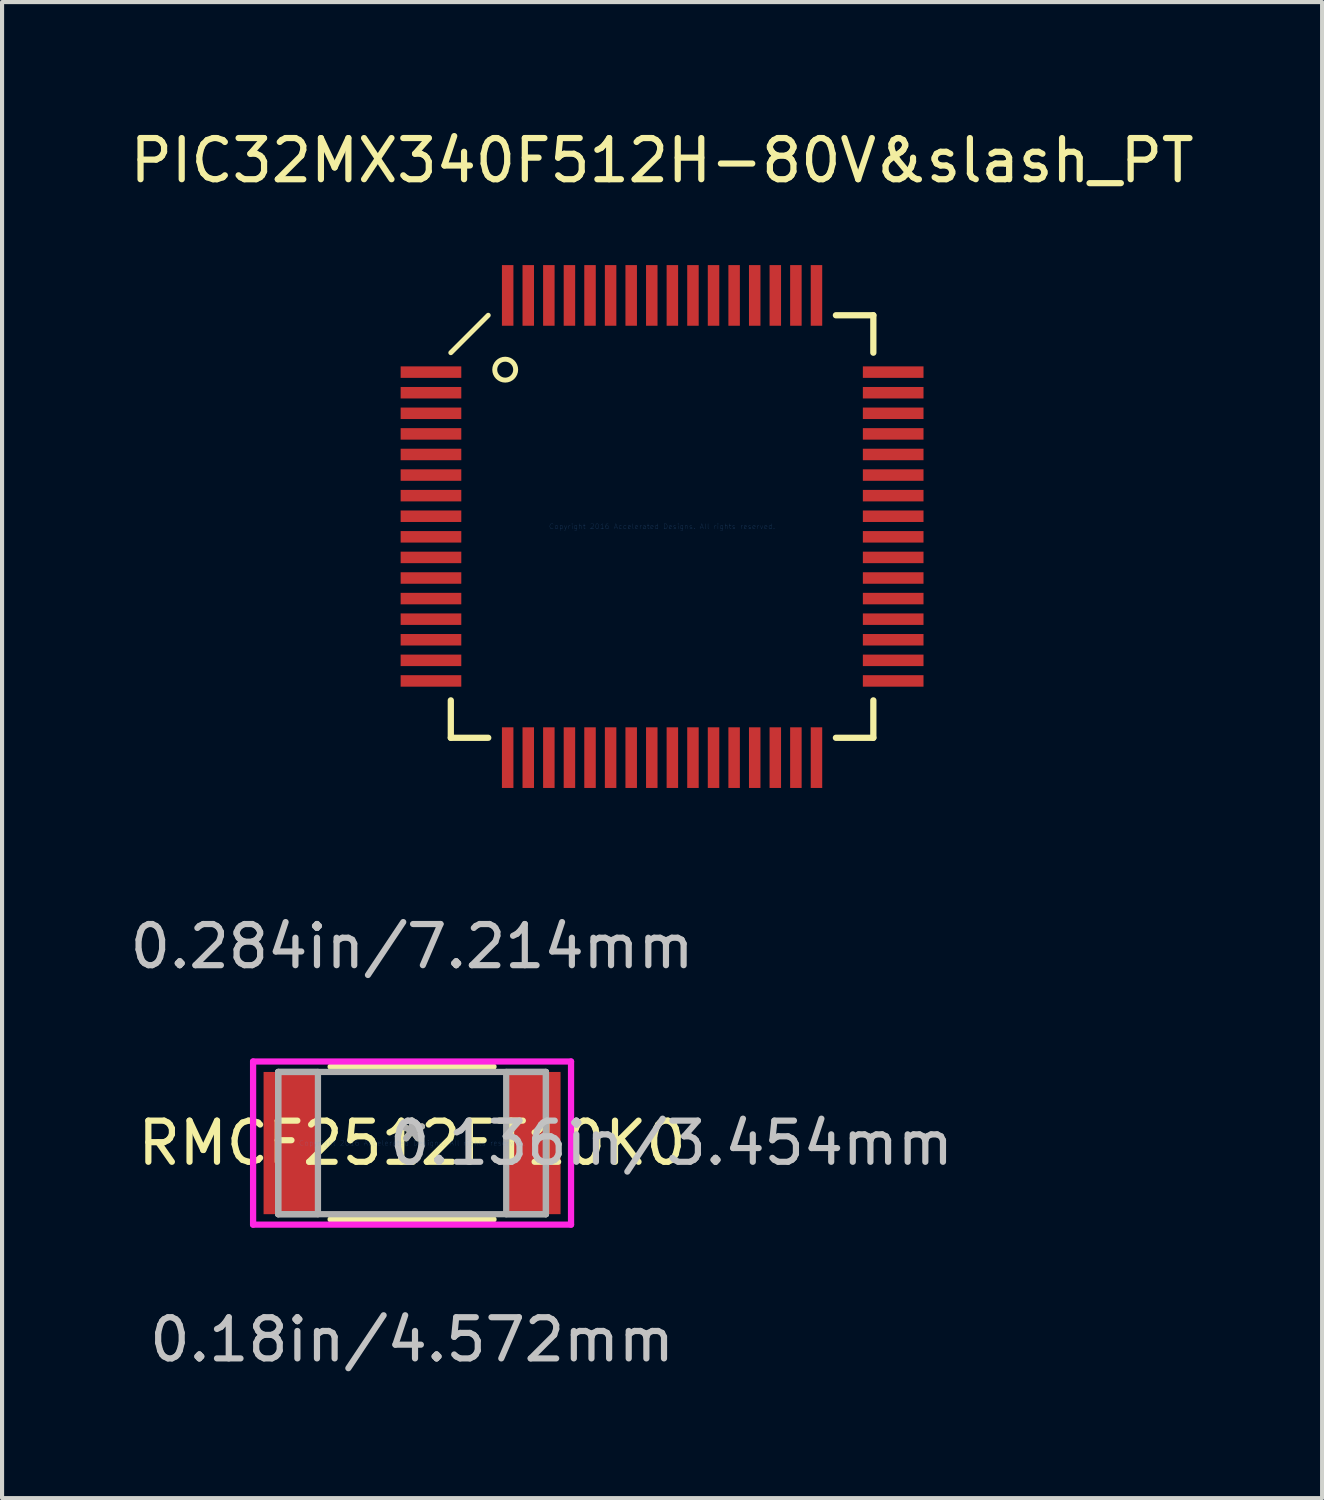
<source format=kicad_pcb>
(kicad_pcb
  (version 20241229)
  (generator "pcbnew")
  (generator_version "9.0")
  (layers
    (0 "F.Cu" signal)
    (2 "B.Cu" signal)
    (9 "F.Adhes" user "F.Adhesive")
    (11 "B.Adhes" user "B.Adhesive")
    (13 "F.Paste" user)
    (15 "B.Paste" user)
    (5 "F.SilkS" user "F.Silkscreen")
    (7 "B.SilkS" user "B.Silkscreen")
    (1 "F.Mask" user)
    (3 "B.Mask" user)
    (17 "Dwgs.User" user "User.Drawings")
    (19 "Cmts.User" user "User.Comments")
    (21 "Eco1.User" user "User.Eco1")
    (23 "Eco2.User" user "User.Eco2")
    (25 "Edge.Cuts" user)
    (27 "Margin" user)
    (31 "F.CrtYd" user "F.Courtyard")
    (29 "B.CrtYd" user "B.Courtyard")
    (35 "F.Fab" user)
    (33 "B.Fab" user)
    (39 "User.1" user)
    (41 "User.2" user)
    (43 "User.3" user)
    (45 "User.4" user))
  (footprint "PIC32MX340F512H-80V&slash_PT"
    (layer "F.Cu")
    (at 13.03 9.738)
    (property "Reference" "PIC32MX340F512H-80V&slash_PT" (at 0 -8.89 0) (layer "F.SilkS") (effects (font (size 1 1) (thickness 0.15))))
    (attr through_hole)
    (fp_line (start -5.131 -4.222) (end -4.222 -5.131) (stroke (width 0.12) (type solid)) (layer "F.SilkS"))
    (fp_line (start -5.131 4.222) (end -5.131 5.131) (stroke (width 0.152) (type solid)) (layer "F.SilkS"))
    (fp_line (start -5.131 5.131) (end -4.222 5.131) (stroke (width 0.152) (type solid)) (layer "F.SilkS"))
    (fp_line (start 4.222 5.131) (end 5.131 5.131) (stroke (width 0.152) (type solid)) (layer "F.SilkS"))
    (fp_line (start 5.131 -5.131) (end 4.222 -5.131) (stroke (width 0.152) (type solid)) (layer "F.SilkS"))
    (fp_line (start 5.131 -4.222) (end 5.131 -5.131) (stroke (width 0.152) (type solid)) (layer "F.SilkS"))
    (fp_line (start 5.131 5.131) (end 5.131 4.222) (stroke (width 0.152) (type solid)) (layer "F.SilkS"))
    (fp_circle (center -3.81 -3.81) (end -3.556 -3.81) (stroke (width 0.12) (type solid)) (fill no) (layer "F.SilkS"))
    (fp_text user "Copyright 2016 Accelerated Designs. All rights reserved." (at 0 0 0) (layer "Cmts.User") (effects (font (size 0.127 0.127) (thickness 0.002))))
    (pad "1" smd rect (at -5.613 -3.75 90) (size 0.279 1.473) (layers "F.Cu" "F.Mask" "F.Paste"))
    (pad "2" smd rect (at -5.613 -3.25 90) (size 0.279 1.473) (layers "F.Cu" "F.Mask" "F.Paste"))
    (pad "3" smd rect (at -5.613 -2.75 90) (size 0.279 1.473) (layers "F.Cu" "F.Mask" "F.Paste"))
    (pad "4" smd rect (at -5.613 -2.25 90) (size 0.279 1.473) (layers "F.Cu" "F.Mask" "F.Paste"))
    (pad "5" smd rect (at -5.613 -1.75 90) (size 0.279 1.473) (layers "F.Cu" "F.Mask" "F.Paste"))
    (pad "6" smd rect (at -5.613 -1.25 90) (size 0.279 1.473) (layers "F.Cu" "F.Mask" "F.Paste"))
    (pad "7" smd rect (at -5.613 -0.75 90) (size 0.279 1.473) (layers "F.Cu" "F.Mask" "F.Paste"))
    (pad "8" smd rect (at -5.613 -0.25 90) (size 0.279 1.473) (layers "F.Cu" "F.Mask" "F.Paste"))
    (pad "9" smd rect (at -5.613 0.25 90) (size 0.279 1.473) (layers "F.Cu" "F.Mask" "F.Paste"))
    (pad "10" smd rect (at -5.613 0.75 90) (size 0.279 1.473) (layers "F.Cu" "F.Mask" "F.Paste"))
    (pad "11" smd rect (at -5.613 1.25 90) (size 0.279 1.473) (layers "F.Cu" "F.Mask" "F.Paste"))
    (pad "12" smd rect (at -5.613 1.75 90) (size 0.279 1.473) (layers "F.Cu" "F.Mask" "F.Paste"))
    (pad "13" smd rect (at -5.613 2.25 90) (size 0.279 1.473) (layers "F.Cu" "F.Mask" "F.Paste"))
    (pad "14" smd rect (at -5.613 2.75 90) (size 0.279 1.473) (layers "F.Cu" "F.Mask" "F.Paste"))
    (pad "15" smd rect (at -5.613 3.25 90) (size 0.279 1.473) (layers "F.Cu" "F.Mask" "F.Paste"))
    (pad "16" smd rect (at -5.613 3.75 90) (size 0.279 1.473) (layers "F.Cu" "F.Mask" "F.Paste"))
    (pad "17" smd rect (at -3.75 5.613) (size 0.279 1.473) (layers "F.Cu" "F.Mask" "F.Paste"))
    (pad "18" smd rect (at -3.25 5.613) (size 0.279 1.473) (layers "F.Cu" "F.Mask" "F.Paste"))
    (pad "19" smd rect (at -2.75 5.613) (size 0.279 1.473) (layers "F.Cu" "F.Mask" "F.Paste"))
    (pad "20" smd rect (at -2.25 5.613) (size 0.279 1.473) (layers "F.Cu" "F.Mask" "F.Paste"))
    (pad "21" smd rect (at -1.75 5.613) (size 0.279 1.473) (layers "F.Cu" "F.Mask" "F.Paste"))
    (pad "22" smd rect (at -1.25 5.613) (size 0.279 1.473) (layers "F.Cu" "F.Mask" "F.Paste"))
    (pad "23" smd rect (at -0.75 5.613) (size 0.279 1.473) (layers "F.Cu" "F.Mask" "F.Paste"))
    (pad "24" smd rect (at -0.25 5.613) (size 0.279 1.473) (layers "F.Cu" "F.Mask" "F.Paste"))
    (pad "25" smd rect (at 0.25 5.613) (size 0.279 1.473) (layers "F.Cu" "F.Mask" "F.Paste"))
    (pad "26" smd rect (at 0.75 5.613) (size 0.279 1.473) (layers "F.Cu" "F.Mask" "F.Paste"))
    (pad "27" smd rect (at 1.25 5.613) (size 0.279 1.473) (layers "F.Cu" "F.Mask" "F.Paste"))
    (pad "28" smd rect (at 1.75 5.613) (size 0.279 1.473) (layers "F.Cu" "F.Mask" "F.Paste"))
    (pad "29" smd rect (at 2.25 5.613) (size 0.279 1.473) (layers "F.Cu" "F.Mask" "F.Paste"))
    (pad "30" smd rect (at 2.75 5.613) (size 0.279 1.473) (layers "F.Cu" "F.Mask" "F.Paste"))
    (pad "31" smd rect (at 3.25 5.613) (size 0.279 1.473) (layers "F.Cu" "F.Mask" "F.Paste"))
    (pad "32" smd rect (at 3.75 5.613) (size 0.279 1.473) (layers "F.Cu" "F.Mask" "F.Paste"))
    (pad "33" smd rect (at 5.613 3.75 90) (size 0.279 1.473) (layers "F.Cu" "F.Mask" "F.Paste"))
    (pad "34" smd rect (at 5.613 3.25 90) (size 0.279 1.473) (layers "F.Cu" "F.Mask" "F.Paste"))
    (pad "35" smd rect (at 5.613 2.75 90) (size 0.279 1.473) (layers "F.Cu" "F.Mask" "F.Paste"))
    (pad "36" smd rect (at 5.613 2.25 90) (size 0.279 1.473) (layers "F.Cu" "F.Mask" "F.Paste"))
    (pad "37" smd rect (at 5.613 1.75 90) (size 0.279 1.473) (layers "F.Cu" "F.Mask" "F.Paste"))
    (pad "38" smd rect (at 5.613 1.25 90) (size 0.279 1.473) (layers "F.Cu" "F.Mask" "F.Paste"))
    (pad "39" smd rect (at 5.613 0.75 90) (size 0.279 1.473) (layers "F.Cu" "F.Mask" "F.Paste"))
    (pad "40" smd rect (at 5.613 0.25 90) (size 0.279 1.473) (layers "F.Cu" "F.Mask" "F.Paste"))
    (pad "41" smd rect (at 5.613 -0.25 90) (size 0.279 1.473) (layers "F.Cu" "F.Mask" "F.Paste"))
    (pad "42" smd rect (at 5.613 -0.75 90) (size 0.279 1.473) (layers "F.Cu" "F.Mask" "F.Paste"))
    (pad "43" smd rect (at 5.613 -1.25 90) (size 0.279 1.473) (layers "F.Cu" "F.Mask" "F.Paste"))
    (pad "44" smd rect (at 5.613 -1.75 90) (size 0.279 1.473) (layers "F.Cu" "F.Mask" "F.Paste"))
    (pad "45" smd rect (at 5.613 -2.25 90) (size 0.279 1.473) (layers "F.Cu" "F.Mask" "F.Paste"))
    (pad "46" smd rect (at 5.613 -2.75 90) (size 0.279 1.473) (layers "F.Cu" "F.Mask" "F.Paste"))
    (pad "47" smd rect (at 5.613 -3.25 90) (size 0.279 1.473) (layers "F.Cu" "F.Mask" "F.Paste"))
    (pad "48" smd rect (at 5.613 -3.75 90) (size 0.279 1.473) (layers "F.Cu" "F.Mask" "F.Paste"))
    (pad "49" smd rect (at 3.75 -5.613) (size 0.279 1.473) (layers "F.Cu" "F.Mask" "F.Paste"))
    (pad "50" smd rect (at 3.25 -5.613) (size 0.279 1.473) (layers "F.Cu" "F.Mask" "F.Paste"))
    (pad "51" smd rect (at 2.75 -5.613) (size 0.279 1.473) (layers "F.Cu" "F.Mask" "F.Paste"))
    (pad "52" smd rect (at 2.25 -5.613) (size 0.279 1.473) (layers "F.Cu" "F.Mask" "F.Paste"))
    (pad "53" smd rect (at 1.75 -5.613) (size 0.279 1.473) (layers "F.Cu" "F.Mask" "F.Paste"))
    (pad "54" smd rect (at 1.25 -5.613) (size 0.279 1.473) (layers "F.Cu" "F.Mask" "F.Paste"))
    (pad "55" smd rect (at 0.75 -5.613) (size 0.279 1.473) (layers "F.Cu" "F.Mask" "F.Paste"))
    (pad "56" smd rect (at 0.25 -5.613) (size 0.279 1.473) (layers "F.Cu" "F.Mask" "F.Paste"))
    (pad "57" smd rect (at -0.25 -5.613) (size 0.279 1.473) (layers "F.Cu" "F.Mask" "F.Paste"))
    (pad "58" smd rect (at -0.75 -5.613) (size 0.279 1.473) (layers "F.Cu" "F.Mask" "F.Paste"))
    (pad "59" smd rect (at -1.25 -5.613) (size 0.279 1.473) (layers "F.Cu" "F.Mask" "F.Paste"))
    (pad "60" smd rect (at -1.75 -5.613) (size 0.279 1.473) (layers "F.Cu" "F.Mask" "F.Paste"))
    (pad "61" smd rect (at -2.25 -5.613) (size 0.279 1.473) (layers "F.Cu" "F.Mask" "F.Paste"))
    (pad "62" smd rect (at -2.75 -5.613) (size 0.279 1.473) (layers "F.Cu" "F.Mask" "F.Paste"))
    (pad "63" smd rect (at -3.25 -5.613) (size 0.279 1.473) (layers "F.Cu" "F.Mask" "F.Paste"))
    (pad "64" smd rect (at -3.75 -5.613) (size 0.279 1.473) (layers "F.Cu" "F.Mask" "F.Paste")))
  (footprint "RMCF2512FT10K0"
    (layer "F.Cu")
    (at 6.958 24.712)
    (property "Reference" "RMCF2512FT10K0" (at 0 0 0) (layer "F.SilkS") (effects (font (size 1 1) (thickness 0.15))))
    (attr through_hole)
    (fp_line (start -1.978 1.854) (end 1.978 1.854) (stroke (width 0.152) (type solid)) (layer "F.SilkS"))
    (fp_line (start 1.978 -1.854) (end -1.978 -1.854) (stroke (width 0.152) (type solid)) (layer "F.SilkS"))
    (fp_line (start -3.861 -1.981) (end 3.861 -1.981) (stroke (width 0.152) (type solid)) (layer "F.CrtYd"))
    (fp_line (start -3.861 1.981) (end -3.861 -1.981) (stroke (width 0.152) (type solid)) (layer "F.CrtYd"))
    (fp_line (start 3.861 -1.981) (end 3.861 1.981) (stroke (width 0.152) (type solid)) (layer "F.CrtYd"))
    (fp_line (start 3.861 1.981) (end -3.861 1.981) (stroke (width 0.152) (type solid)) (layer "F.CrtYd"))
    (fp_line (start -3.251 -1.727) (end -3.251 1.727) (stroke (width 0.152) (type solid)) (layer "F.Fab"))
    (fp_line (start -3.251 -1.727) (end -3.251 1.727) (stroke (width 0.152) (type solid)) (layer "F.Fab"))
    (fp_line (start -3.251 1.727) (end -2.286 1.727) (stroke (width 0.152) (type solid)) (layer "F.Fab"))
    (fp_line (start -3.251 1.727) (end 3.251 1.727) (stroke (width 0.152) (type solid)) (layer "F.Fab"))
    (fp_line (start -2.286 -1.727) (end -3.251 -1.727) (stroke (width 0.152) (type solid)) (layer "F.Fab"))
    (fp_line (start -2.286 1.727) (end -2.286 -1.727) (stroke (width 0.152) (type solid)) (layer "F.Fab"))
    (fp_line (start 2.286 -1.727) (end 2.286 1.727) (stroke (width 0.152) (type solid)) (layer "F.Fab"))
    (fp_line (start 2.286 1.727) (end 3.251 1.727) (stroke (width 0.152) (type solid)) (layer "F.Fab"))
    (fp_line (start 3.251 -1.727) (end -3.251 -1.727) (stroke (width 0.152) (type solid)) (layer "F.Fab"))
    (fp_line (start 3.251 -1.727) (end 2.286 -1.727) (stroke (width 0.152) (type solid)) (layer "F.Fab"))
    (fp_line (start 3.251 1.727) (end 3.251 -1.727) (stroke (width 0.152) (type solid)) (layer "F.Fab"))
    (fp_line (start 3.251 1.727) (end 3.251 -1.727) (stroke (width 0.152) (type solid)) (layer "F.Fab"))
    (fp_text user "*" (at 0 0 0) (layer "F.SilkS") (effects (font (size 1 1) (thickness 0.15))))
    (fp_text user "0.18in/4.572mm" (at 0 4.775 0) (layer "Dwgs.User") (effects (font (size 1 1) (thickness 0.15))))
    (fp_text user "0.136in/3.454mm" (at 6.299 0 0) (layer "Dwgs.User") (effects (font (size 1 1) (thickness 0.15))))
    (fp_text user "0.284in/7.214mm" (at 0 -4.775 0) (layer "Dwgs.User") (effects (font (size 1 1) (thickness 0.15))))
    (fp_text user "Copyright 2016 Accelerated Designs. All rights reserved." (at 0 0 0) (layer "Cmts.User") (effects (font (size 0.127 0.127) (thickness 0.002))))
    (fp_text user "*" (at 0 0 0) (layer "F.Fab") (effects (font (size 1 1) (thickness 0.15))))
    (pad "1" smd rect (at -2.946 0) (size 1.321 3.454) (layers "F.Cu" "F.Mask" "F.Paste"))
    (pad "2" smd rect (at 2.946 0) (size 1.321 3.454) (layers "F.Cu" "F.Mask" "F.Paste")))
  (gr_rect
    (start -3 -3)
    (end 29.06 33.335)
    (stroke (width 0.1) (type default))
    (fill no)
    (layer "Edge.Cuts")))
</source>
